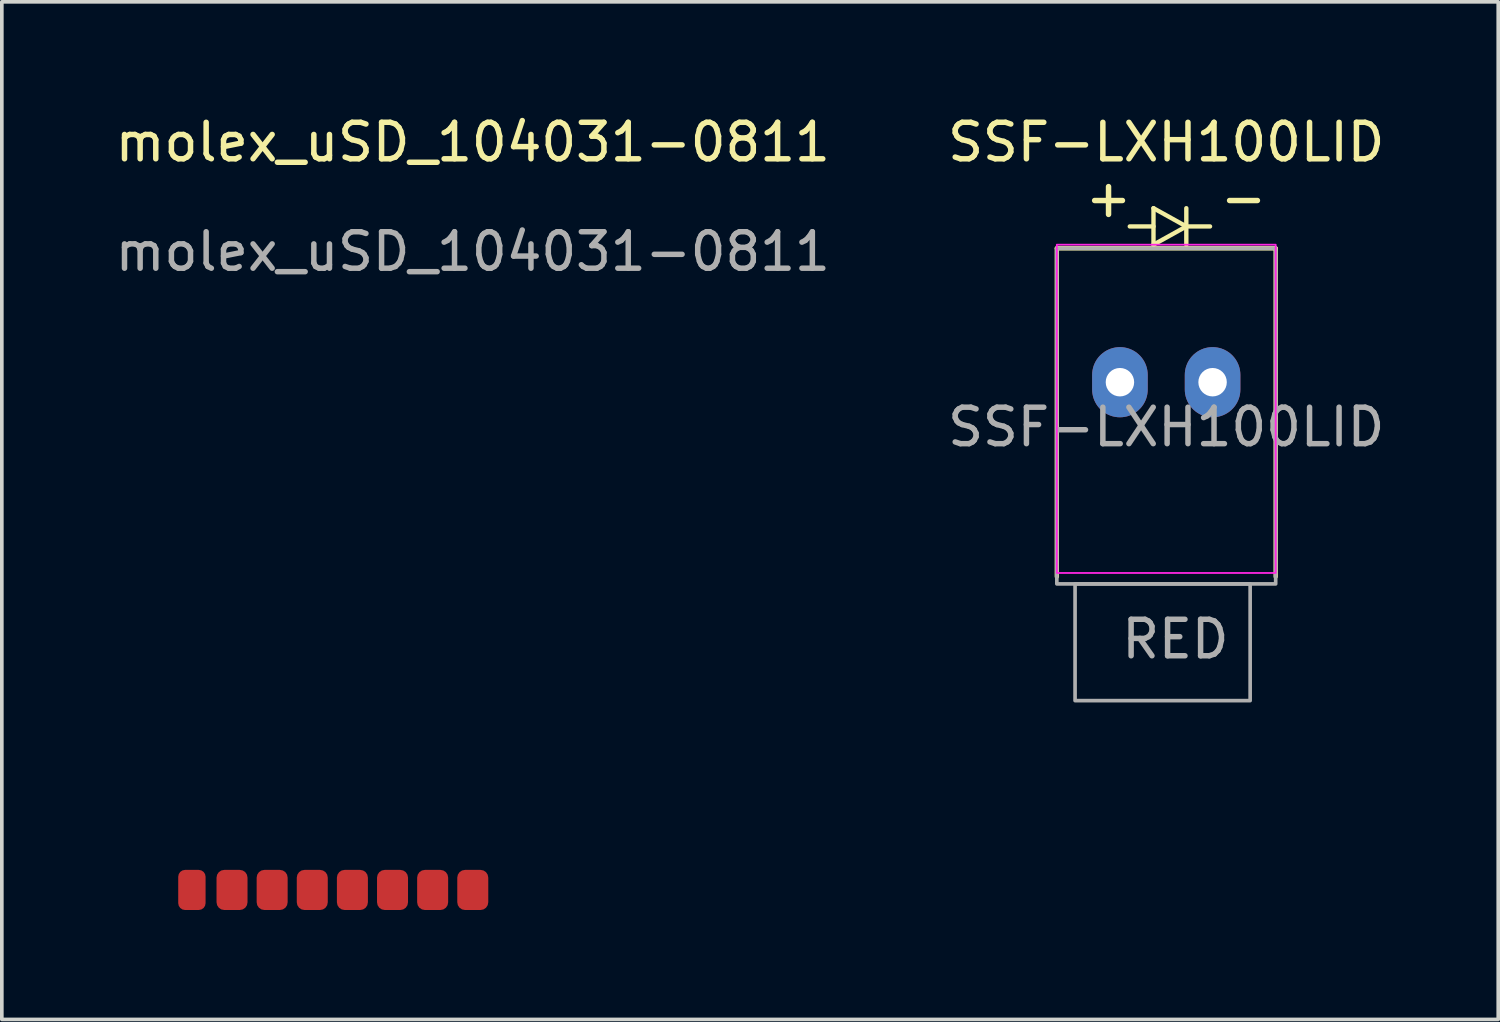
<source format=kicad_pcb>
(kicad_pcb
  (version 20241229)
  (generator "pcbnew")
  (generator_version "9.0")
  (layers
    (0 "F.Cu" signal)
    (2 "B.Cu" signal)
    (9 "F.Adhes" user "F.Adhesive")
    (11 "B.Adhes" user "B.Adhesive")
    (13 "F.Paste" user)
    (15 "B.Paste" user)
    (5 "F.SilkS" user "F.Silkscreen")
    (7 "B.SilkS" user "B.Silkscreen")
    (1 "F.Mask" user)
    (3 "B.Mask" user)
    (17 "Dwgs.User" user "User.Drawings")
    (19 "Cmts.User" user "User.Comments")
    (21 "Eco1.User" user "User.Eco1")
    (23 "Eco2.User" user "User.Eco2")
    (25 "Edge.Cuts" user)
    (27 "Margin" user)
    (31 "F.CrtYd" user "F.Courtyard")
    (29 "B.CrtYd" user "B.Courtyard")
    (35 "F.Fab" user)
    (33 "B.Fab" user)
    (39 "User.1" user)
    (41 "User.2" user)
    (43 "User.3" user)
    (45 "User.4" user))
  (footprint "SSF-LXH100LID"
    (layer "F.Cu")
    (at 28.923 6.158)
    (property "Reference" "SSF-LXH100LID" (at 0 -5.31 0) (unlocked yes) (layer "F.SilkS") (effects (font (size 1 1) (thickness 0.15))))
    (attr through_hole)
    (fp_line (start -3 -2.4) (end 3 -2.4) (stroke (width 0.12) (type default)) (layer "F.SilkS"))
    (fp_line (start -3 6.6) (end -3 -2.4) (stroke (width 0.12) (type default)) (layer "F.SilkS"))
    (fp_line (start -0.35 -3.5) (end -0.35 -2.5) (stroke (width 0.12) (type default)) (layer "F.SilkS"))
    (fp_line (start -0.35 -3) (end -1 -3) (stroke (width 0.12) (type default)) (layer "F.SilkS"))
    (fp_line (start -0.35 -2.5) (end 0.55 -3) (stroke (width 0.12) (type default)) (layer "F.SilkS"))
    (fp_line (start 0.55 -3) (end -0.35 -3.5) (stroke (width 0.12) (type default)) (layer "F.SilkS"))
    (fp_line (start 0.55 -3) (end 0.55 -3.5) (stroke (width 0.12) (type default)) (layer "F.SilkS"))
    (fp_line (start 0.55 -3) (end 0.55 -2.5) (stroke (width 0.12) (type default)) (layer "F.SilkS"))
    (fp_line (start 0.55 -3) (end 1.2 -3) (stroke (width 0.12) (type default)) (layer "F.SilkS"))
    (fp_line (start 3 -2.4) (end 3 6.6) (stroke (width 0.12) (type default)) (layer "F.SilkS"))
    (fp_rect (start -3 -2.5) (end 3 6.5) (stroke (width 0.05) (type default)) (fill no) (layer "F.CrtYd"))
    (fp_rect (start -3 -2.4) (end 3 6.8) (stroke (width 0.1) (type default)) (fill no) (layer "F.Fab"))
    (fp_rect (start -2.5 6.8) (end 2.3 10) (stroke (width 0.1) (type default)) (fill no) (layer "F.Fab"))
    (fp_text user "-" (at 1.4 -3.2 0) (unlocked yes) (layer "F.SilkS") (effects (font (size 1 1) (thickness 0.15)) (justify left bottom)))
    (fp_text user "+" (at -2.3 -3.2 0) (unlocked yes) (layer "F.SilkS") (effects (font (size 1 1) (thickness 0.15)) (justify left bottom)))
    (fp_text user "RED" (at -1.3 8.9 0) (unlocked yes) (layer "F.Fab") (effects (font (size 1 1) (thickness 0.15)) (justify left bottom)))
    (fp_text user "${REFERENCE}" (at 0 2.5 0) (unlocked yes) (layer "F.Fab") (effects (font (size 1 1) (thickness 0.15))))
    (pad "1" thru_hole oval (at 1.27 1.27) (size 1.524 1.924) (drill 0.78) (layers "*.Cu" "*.Mask"))
    (pad "2" thru_hole oval (at -1.27 1.27) (size 1.524 1.924) (drill 0.78) (layers "*.Cu" "*.Mask")))
  (footprint "molex_uSD_104031-0811"
    (layer "F.Cu")
    (at 9.911 21.348)
    (property "Reference" "molex_uSD_104031-0811" (at 0 -20.5 0) (unlocked yes) (layer "F.SilkS") (effects (font (size 1 1) (thickness 0.15))))
    (attr smd)
    (fp_text user "${REFERENCE}" (at 0 -17.5 0) (unlocked yes) (layer "F.Fab") (effects (font (size 1 1) (thickness 0.15))))
    (pad "1" smd roundrect (at 0 0) (size 0.85 1.1) (layers "F.Cu" "F.Mask" "F.Paste") (roundrect_rratio 0.25))
    (pad "2" smd roundrect (at -1.1 0) (size 0.85 1.1) (layers "F.Cu" "F.Mask" "F.Paste") (roundrect_rratio 0.25))
    (pad "3" smd roundrect (at -2.2 0) (size 0.85 1.1) (layers "F.Cu" "F.Mask" "F.Paste") (roundrect_rratio 0.25))
    (pad "4" smd roundrect (at -3.3 0) (size 0.85 1.1) (layers "F.Cu" "F.Mask" "F.Paste") (roundrect_rratio 0.25))
    (pad "5" smd roundrect (at -4.4 0) (size 0.85 1.1) (layers "F.Cu" "F.Mask" "F.Paste") (roundrect_rratio 0.25))
    (pad "6" smd roundrect (at -5.5 0) (size 0.85 1.1) (layers "F.Cu" "F.Mask" "F.Paste") (roundrect_rratio 0.25))
    (pad "7" smd roundrect (at -6.6 0) (size 0.85 1.1) (layers "F.Cu" "F.Mask" "F.Paste") (roundrect_rratio 0.25))
    (pad "8" smd roundrect (at -7.7 0) (size 0.75 1.1) (layers "F.Cu" "F.Mask" "F.Paste") (roundrect_rratio 0.25)))
  (gr_rect
    (start -3 -3)
    (end 38.024 24.898)
    (stroke (width 0.1) (type default))
    (fill no)
    (layer "Edge.Cuts")))
</source>
